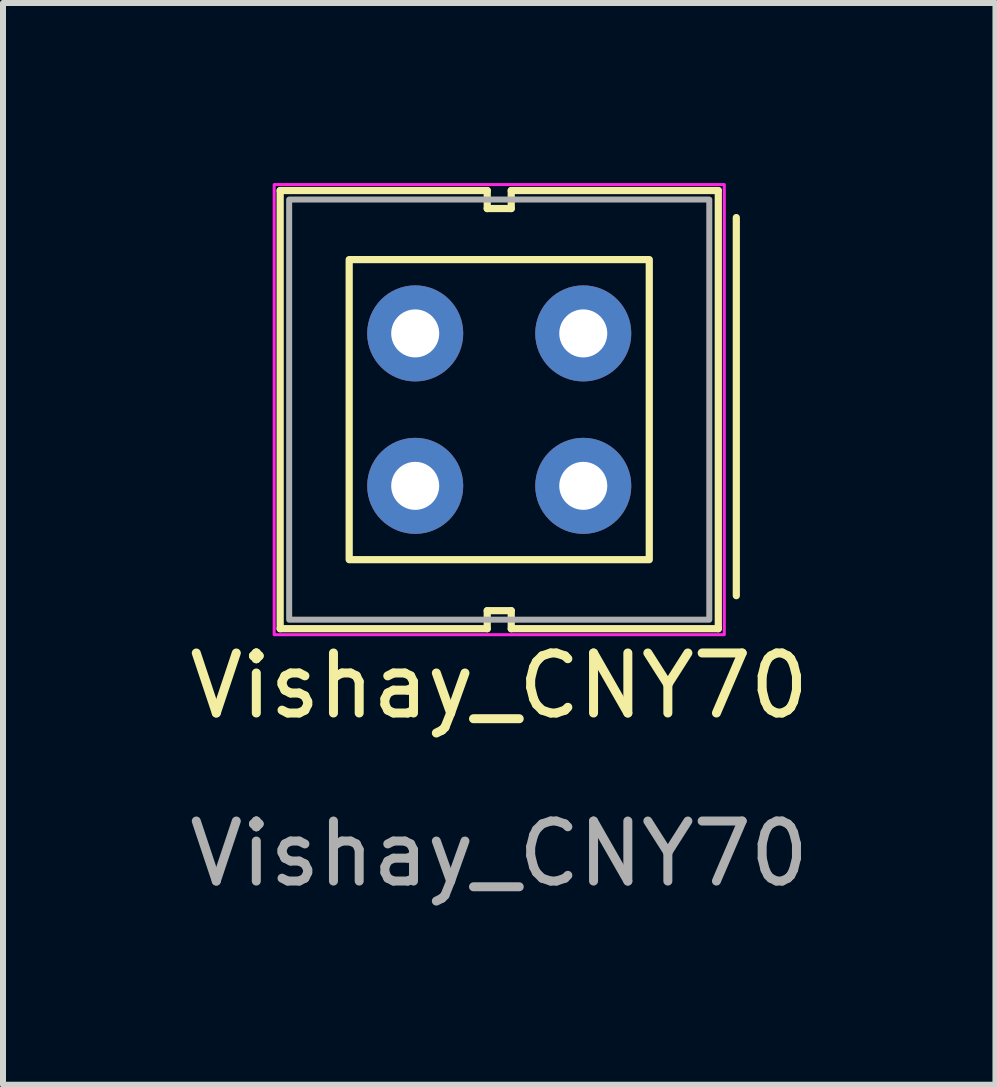
<source format=kicad_pcb>
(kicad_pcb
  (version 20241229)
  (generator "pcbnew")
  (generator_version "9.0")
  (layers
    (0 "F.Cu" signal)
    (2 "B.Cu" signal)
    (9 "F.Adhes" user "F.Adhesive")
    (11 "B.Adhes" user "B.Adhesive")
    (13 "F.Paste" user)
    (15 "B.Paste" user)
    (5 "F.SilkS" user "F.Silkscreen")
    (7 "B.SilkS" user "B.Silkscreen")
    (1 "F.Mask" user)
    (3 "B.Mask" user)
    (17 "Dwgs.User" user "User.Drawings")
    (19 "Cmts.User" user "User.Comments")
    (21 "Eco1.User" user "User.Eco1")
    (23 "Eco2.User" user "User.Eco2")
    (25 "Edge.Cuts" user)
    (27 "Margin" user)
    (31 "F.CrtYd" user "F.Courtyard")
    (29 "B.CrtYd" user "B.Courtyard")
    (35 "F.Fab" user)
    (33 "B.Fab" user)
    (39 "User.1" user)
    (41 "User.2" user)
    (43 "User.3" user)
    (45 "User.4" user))
  (footprint "Vishay_CNY70"
    (layer "F.Cu")
    (at 5.268 3.775)
    (property "Reference" "Vishay_CNY70" (at 0 4.6 0) (unlocked yes) (layer "F.SilkS") (effects (font (size 1 1) (thickness 0.15))))
    (attr through_hole)
    (fp_line (start -3.65 -3.65) (end -3.65 3.65) (stroke (width 0.12) (type default)) (layer "F.SilkS"))
    (fp_line (start -3.65 3.65) (end -0.2 3.65) (stroke (width 0.12) (type default)) (layer "F.SilkS"))
    (fp_line (start -0.2 -3.65) (end -3.65 -3.65) (stroke (width 0.12) (type default)) (layer "F.SilkS"))
    (fp_line (start -0.2 -3.35) (end -0.2 -3.65) (stroke (width 0.12) (type default)) (layer "F.SilkS"))
    (fp_line (start -0.2 3.35) (end 0.2 3.35) (stroke (width 0.12) (type default)) (layer "F.SilkS"))
    (fp_line (start -0.2 3.65) (end -0.2 3.35) (stroke (width 0.12) (type default)) (layer "F.SilkS"))
    (fp_line (start 0.2 -3.65) (end 0.2 -3.35) (stroke (width 0.12) (type default)) (layer "F.SilkS"))
    (fp_line (start 0.2 -3.35) (end -0.2 -3.35) (stroke (width 0.12) (type default)) (layer "F.SilkS"))
    (fp_line (start 0.2 3.35) (end 0.2 3.65) (stroke (width 0.12) (type default)) (layer "F.SilkS"))
    (fp_line (start 0.2 3.65) (end 3.65 3.65) (stroke (width 0.12) (type default)) (layer "F.SilkS"))
    (fp_line (start 3.65 -3.65) (end 0.2 -3.65) (stroke (width 0.12) (type default)) (layer "F.SilkS"))
    (fp_line (start 3.65 3.65) (end 3.65 -3.65) (stroke (width 0.12) (type default)) (layer "F.SilkS"))
    (fp_line (start 3.95 3.1) (end 3.95 -3.2) (stroke (width 0.12) (type default)) (layer "F.SilkS"))
    (fp_rect (start -2.5 -2.5) (end 2.5 2.5) (stroke (width 0.12) (type default)) (fill no) (layer "F.SilkS"))
    (fp_rect (start 3.75 -3.75) (end -3.75 3.75) (stroke (width 0.05) (type default)) (fill no) (layer "F.CrtYd"))
    (fp_rect (start -3.5 -3.5) (end 3.5 3.5) (stroke (width 0.1) (type default)) (fill no) (layer "F.Fab"))
    (fp_text user "${REFERENCE}" (at 0 7.4 0) (unlocked yes) (layer "F.Fab") (effects (font (size 1 1) (thickness 0.15))))
    (pad "1" thru_hole circle (at -1.4 -1.27) (size 1.6 1.6) (drill 0.8) (layers "*.Cu" "*.Mask"))
    (pad "2" thru_hole circle (at -1.4 1.27) (size 1.6 1.6) (drill 0.8) (layers "*.Cu" "*.Mask"))
    (pad "3" thru_hole circle (at 1.4 1.27) (size 1.6 1.6) (drill 0.8) (layers "*.Cu" "*.Mask"))
    (pad "4" thru_hole circle (at 1.4 -1.27) (size 1.6 1.6) (drill 0.8) (layers "*.Cu" "*.Mask")))
  (gr_rect
    (start -3 -3)
    (end 13.536 15.023)
    (stroke (width 0.1) (type default))
    (fill no)
    (layer "Edge.Cuts")))
</source>
